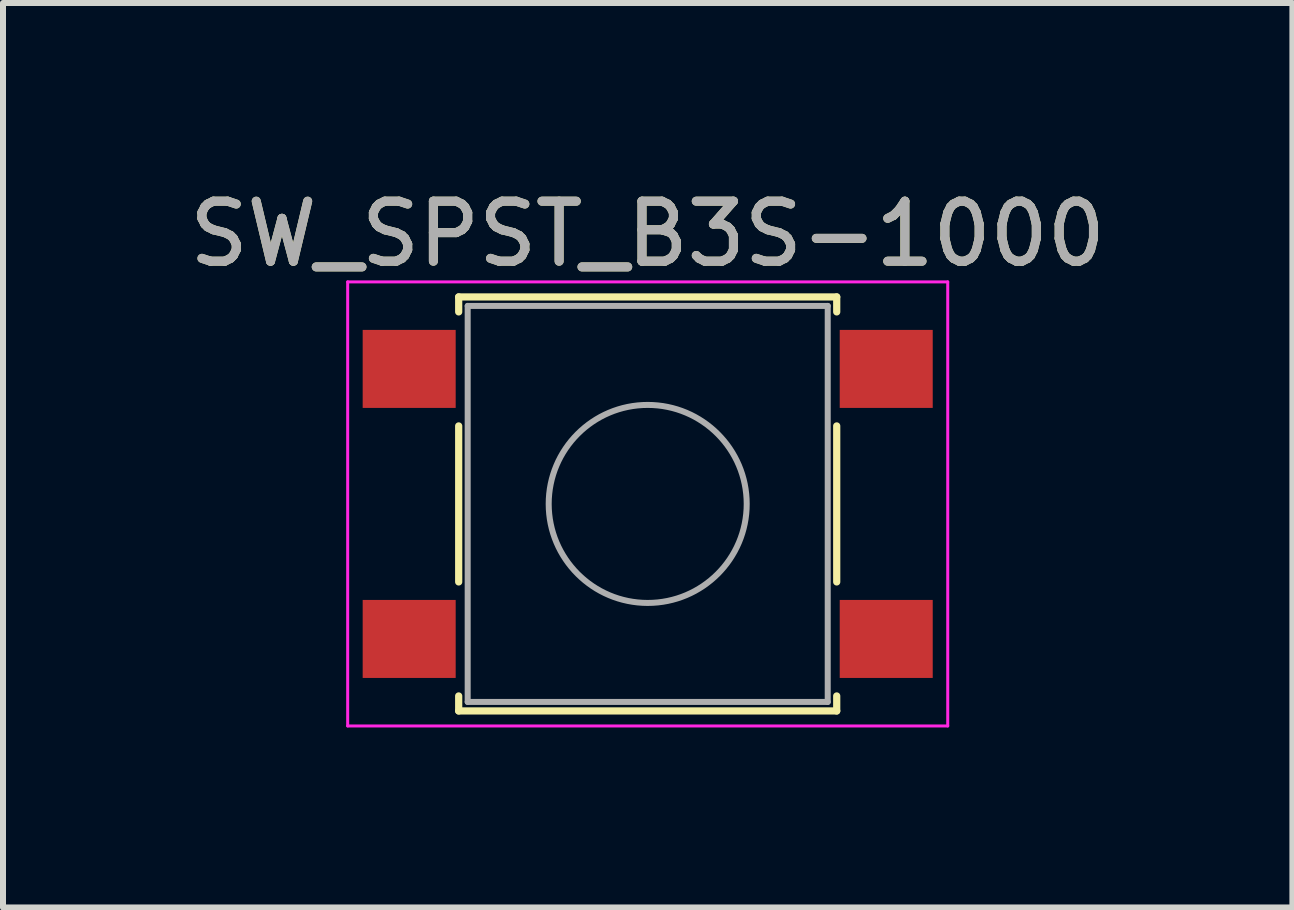
<source format=kicad_pcb>
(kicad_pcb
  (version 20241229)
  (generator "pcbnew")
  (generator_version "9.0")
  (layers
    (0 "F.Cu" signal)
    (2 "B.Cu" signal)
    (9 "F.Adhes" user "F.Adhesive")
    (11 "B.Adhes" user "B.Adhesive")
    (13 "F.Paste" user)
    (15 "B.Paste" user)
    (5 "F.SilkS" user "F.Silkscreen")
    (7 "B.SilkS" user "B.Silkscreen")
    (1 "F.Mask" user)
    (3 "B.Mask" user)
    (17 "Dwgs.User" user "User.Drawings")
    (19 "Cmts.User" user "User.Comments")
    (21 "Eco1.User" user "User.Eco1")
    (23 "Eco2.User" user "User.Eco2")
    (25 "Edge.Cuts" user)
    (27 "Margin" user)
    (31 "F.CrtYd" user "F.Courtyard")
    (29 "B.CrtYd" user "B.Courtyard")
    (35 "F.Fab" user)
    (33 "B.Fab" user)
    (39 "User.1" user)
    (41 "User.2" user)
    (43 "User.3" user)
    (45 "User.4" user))
  (footprint "SW_SPST_B3S-1000"
    (layer "F.Cu")
    (at 7.744 5.348)
    (property "Reference" "SW_SPST_B3S-1000" (at 0 -4.5 0) (layer "F.SilkS") (effects (font (size 1 1) (thickness 0.15))))
    (attr smd)
    (fp_line (start -3.15 -3.45) (end 3.15 -3.45) (stroke (width 0.12) (type solid)) (layer "F.SilkS"))
    (fp_line (start -3.15 -3.2) (end -3.15 -3.45) (stroke (width 0.12) (type solid)) (layer "F.SilkS"))
    (fp_line (start -3.15 1.3) (end -3.15 -1.3) (stroke (width 0.12) (type solid)) (layer "F.SilkS"))
    (fp_line (start -3.15 3.45) (end -3.15 3.2) (stroke (width 0.12) (type solid)) (layer "F.SilkS"))
    (fp_line (start 3.15 -3.45) (end 3.15 -3.2) (stroke (width 0.12) (type solid)) (layer "F.SilkS"))
    (fp_line (start 3.15 -1.3) (end 3.15 1.3) (stroke (width 0.12) (type solid)) (layer "F.SilkS"))
    (fp_line (start 3.15 3.2) (end 3.15 3.45) (stroke (width 0.12) (type solid)) (layer "F.SilkS"))
    (fp_line (start 3.15 3.45) (end -3.15 3.45) (stroke (width 0.12) (type solid)) (layer "F.SilkS"))
    (fp_line (start -5 -3.7) (end -5 3.7) (stroke (width 0.05) (type solid)) (layer "F.CrtYd"))
    (fp_line (start -5 3.7) (end 5 3.7) (stroke (width 0.05) (type solid)) (layer "F.CrtYd"))
    (fp_line (start 5 -3.7) (end -5 -3.7) (stroke (width 0.05) (type solid)) (layer "F.CrtYd"))
    (fp_line (start 5 3.7) (end 5 -3.7) (stroke (width 0.05) (type solid)) (layer "F.CrtYd"))
    (fp_line (start -3 -3.3) (end 3 -3.3) (stroke (width 0.1) (type solid)) (layer "F.Fab"))
    (fp_line (start -3 3.3) (end -3 -3.3) (stroke (width 0.1) (type solid)) (layer "F.Fab"))
    (fp_line (start 3 -3.3) (end 3 3.3) (stroke (width 0.1) (type solid)) (layer "F.Fab"))
    (fp_line (start 3 3.3) (end -3 3.3) (stroke (width 0.1) (type solid)) (layer "F.Fab"))
    (fp_circle (center 0 0) (end 1.65 0) (stroke (width 0.1) (type solid)) (fill no) (layer "F.Fab"))
    (fp_text user "${REFERENCE}" (at 0 -4.5 0) (layer "F.Fab") (effects (font (size 1 1) (thickness 0.15))))
    (pad "1" smd rect (at -3.975 -2.25) (size 1.55 1.3) (layers "F.Cu" "F.Mask" "F.Paste"))
    (pad "1" smd rect (at 3.975 -2.25) (size 1.55 1.3) (layers "F.Cu" "F.Mask" "F.Paste"))
    (pad "2" smd rect (at -3.975 2.25) (size 1.55 1.3) (layers "F.Cu" "F.Mask" "F.Paste"))
    (pad "2" smd rect (at 3.975 2.25) (size 1.55 1.3) (layers "F.Cu" "F.Mask" "F.Paste")))
  (gr_rect
    (start -3 -3)
    (end 18.488 12.073)
    (stroke (width 0.1) (type default))
    (fill no)
    (layer "Edge.Cuts")))
</source>
